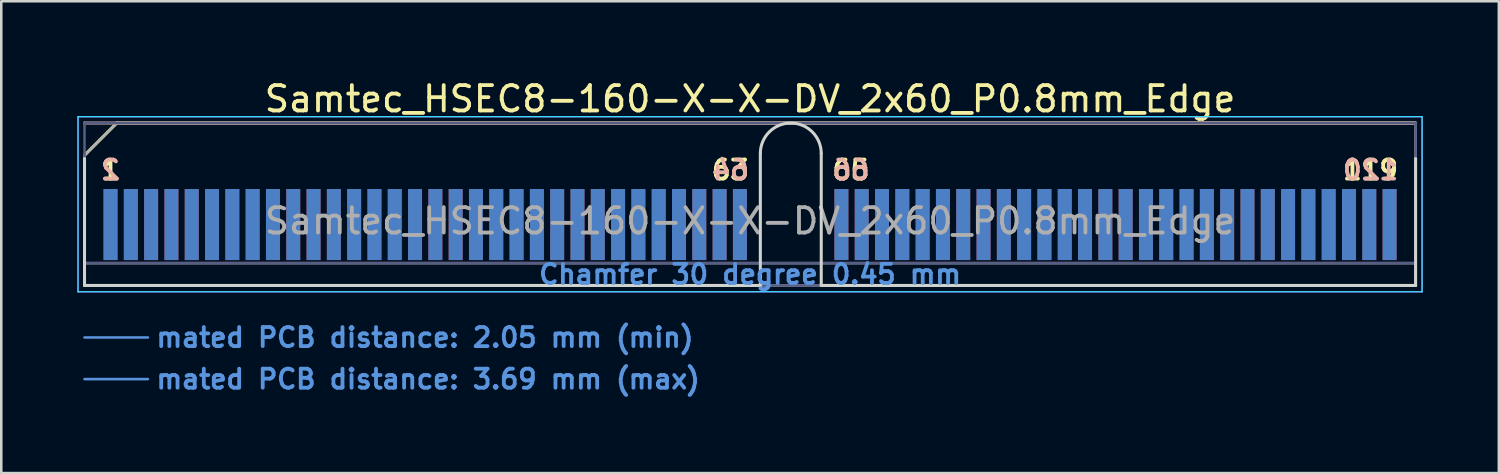
<source format=kicad_pcb>
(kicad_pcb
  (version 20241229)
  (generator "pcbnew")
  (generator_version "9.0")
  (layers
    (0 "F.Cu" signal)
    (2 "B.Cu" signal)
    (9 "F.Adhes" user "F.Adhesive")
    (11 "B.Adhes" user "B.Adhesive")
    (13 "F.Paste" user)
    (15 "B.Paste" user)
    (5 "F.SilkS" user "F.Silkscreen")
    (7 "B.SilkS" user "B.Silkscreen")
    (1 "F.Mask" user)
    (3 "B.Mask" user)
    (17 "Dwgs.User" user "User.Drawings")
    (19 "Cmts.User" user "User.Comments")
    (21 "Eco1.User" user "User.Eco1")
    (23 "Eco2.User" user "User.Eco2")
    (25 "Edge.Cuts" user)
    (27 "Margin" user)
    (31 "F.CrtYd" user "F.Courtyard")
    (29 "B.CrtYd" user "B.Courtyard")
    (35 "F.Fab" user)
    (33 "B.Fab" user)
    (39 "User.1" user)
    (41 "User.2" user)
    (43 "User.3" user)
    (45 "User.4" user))
  (footprint "Samtec_HSEC8-160-X-X-DV_2x60_P0.8mm_Edge"
    (layer "F.Cu")
    (at 26.505 8.198)
    (property "Reference" "Samtec_HSEC8-160-X-X-DV_2x60_P0.8mm_Edge" (at 0 -7.35 0) (layer "F.SilkS") (effects (font (size 1 1) (thickness 0.15))))
    (attr exclude_from_pos_files exclude_from_bom)
    (fp_line (start -26.225 -5.13) (end -24.955 -6.4) (stroke (width 0.12) (type solid)) (layer "F.SilkS"))
    (fp_line (start -24.955 -6.4) (end 26.225 -6.4) (stroke (width 0.12) (type solid)) (layer "F.SilkS"))
    (fp_line (start -26.225 -6.4) (end -26.225 -6.4) (stroke (width 0.12) (type solid)) (layer "B.SilkS"))
    (fp_line (start -26.225 -6.4) (end 26.225 -6.4) (stroke (width 0.12) (type solid)) (layer "B.SilkS"))
    (fp_line (start -26.225 2.05) (end -23.725 2.05) (stroke (width 0.1) (type solid)) (layer "Cmts.User"))
    (fp_line (start -26.225 3.69) (end -23.725 3.69) (stroke (width 0.1) (type solid)) (layer "Cmts.User"))
    (fp_line (start -26.225 -5) (end -26.225 0) (stroke (width 0.12) (type solid)) (layer "Edge.Cuts"))
    (fp_line (start -26.225 0) (end 0.405 0) (stroke (width 0.12) (type solid)) (layer "Edge.Cuts"))
    (fp_line (start 0.405 0) (end 0.405 -5.2) (stroke (width 0.12) (type solid)) (layer "Edge.Cuts"))
    (fp_line (start 2.805 -5.2) (end 2.805 0) (stroke (width 0.12) (type solid)) (layer "Edge.Cuts"))
    (fp_line (start 2.805 0) (end 26.225 0) (stroke (width 0.12) (type solid)) (layer "Edge.Cuts"))
    (fp_line (start 26.225 0) (end 26.225 -5) (stroke (width 0.12) (type solid)) (layer "Edge.Cuts"))
    (fp_arc (start 0.405 -5.2) (mid 1.605 -6.4) (end 2.805 -5.2) (stroke (width 0.12) (type solid)) (layer "Edge.Cuts"))
    (fp_line (start -26.48 -6.65) (end -26.48 0.25) (stroke (width 0.05) (type solid)) (layer "B.CrtYd"))
    (fp_line (start -26.48 0.25) (end 26.48 0.25) (stroke (width 0.05) (type solid)) (layer "B.CrtYd"))
    (fp_line (start 26.48 -6.65) (end -26.48 -6.65) (stroke (width 0.05) (type solid)) (layer "B.CrtYd"))
    (fp_line (start 26.48 0.25) (end 26.48 -6.65) (stroke (width 0.05) (type solid)) (layer "B.CrtYd"))
    (fp_line (start -26.48 -6.65) (end -26.48 0.25) (stroke (width 0.05) (type solid)) (layer "F.CrtYd"))
    (fp_line (start -26.48 0.25) (end 26.48 0.25) (stroke (width 0.05) (type solid)) (layer "F.CrtYd"))
    (fp_line (start 26.48 -6.65) (end -26.48 -6.65) (stroke (width 0.05) (type solid)) (layer "F.CrtYd"))
    (fp_line (start 26.48 0.25) (end 26.48 -6.65) (stroke (width 0.05) (type solid)) (layer "F.CrtYd"))
    (fp_line (start -26.225 -6.4) (end -26.225 -6.4) (stroke (width 0.1) (type solid)) (layer "B.Fab"))
    (fp_line (start -26.225 -6.4) (end -26.225 0) (stroke (width 0.1) (type solid)) (layer "B.Fab"))
    (fp_line (start -26.225 -6.4) (end 26.225 -6.4) (stroke (width 0.1) (type solid)) (layer "B.Fab"))
    (fp_line (start -26.225 -0.88) (end 26.225 -0.88) (stroke (width 0.1) (type solid)) (layer "B.Fab"))
    (fp_line (start -26.225 0) (end 26.225 0) (stroke (width 0.1) (type solid)) (layer "B.Fab"))
    (fp_line (start 26.225 -6.4) (end 26.225 0) (stroke (width 0.1) (type solid)) (layer "B.Fab"))
    (fp_line (start -26.225 -5.13) (end -26.225 0) (stroke (width 0.1) (type solid)) (layer "F.Fab"))
    (fp_line (start -26.225 -5.13) (end -24.955 -6.4) (stroke (width 0.1) (type solid)) (layer "F.Fab"))
    (fp_line (start -26.225 -0.88) (end 26.225 -0.88) (stroke (width 0.1) (type solid)) (layer "F.Fab"))
    (fp_line (start -26.225 0) (end 26.225 0) (stroke (width 0.1) (type solid)) (layer "F.Fab"))
    (fp_line (start -24.955 -6.4) (end 26.225 -6.4) (stroke (width 0.1) (type solid)) (layer "F.Fab"))
    (fp_line (start 26.225 -6.4) (end 26.225 0) (stroke (width 0.1) (type solid)) (layer "F.Fab"))
    (fp_text user "63" (at -0.775 -4.55 0) (layer "F.SilkS") (effects (font (size 0.75 0.75) (thickness 0.15))))
    (fp_text user "65" (at 3.975 -4.55 0) (layer "F.SilkS") (effects (font (size 0.75 0.75) (thickness 0.15))))
    (fp_text user "119" (at 24.45 -4.55 0) (layer "F.SilkS") (effects (font (size 0.75 0.75) (thickness 0.15))))
    (fp_text user "1" (at -25.2 -4.55 0) (layer "F.SilkS") (effects (font (size 0.75 0.75) (thickness 0.15))))
    (fp_text user "66" (at 3.975 -4.55 0) (layer "B.SilkS") (effects (font (size 0.75 0.75) (thickness 0.15)) (justify mirror)))
    (fp_text user "120" (at 24.45 -4.55 0) (layer "B.SilkS") (effects (font (size 0.75 0.75) (thickness 0.15)) (justify mirror)))
    (fp_text user "2" (at -25.2 -4.55 0) (layer "B.SilkS") (effects (font (size 0.75 0.75) (thickness 0.15)) (justify mirror)))
    (fp_text user "64" (at -0.775 -4.55 0) (layer "B.SilkS") (effects (font (size 0.75 0.75) (thickness 0.15)) (justify mirror)))
    (fp_text user "mated PCB distance: 3.69 mm (max)" (at -23.48 3.69 0) (layer "Cmts.User") (effects (font (size 0.75 0.75) (thickness 0.15)) (justify left)))
    (fp_text user "Chamfer 30 degree 0.45 mm" (at 0 -0.44 0) (layer "Cmts.User") (effects (font (size 0.75 0.75) (thickness 0.15))))
    (fp_text user "mated PCB distance: 2.05 mm (min)" (at -23.48 2.05 0) (layer "Cmts.User") (effects (font (size 0.75 0.75) (thickness 0.15)) (justify left)))
    (fp_text user "${REFERENCE}" (at 0 -2.54 0) (layer "F.Fab") (effects (font (size 1 1) (thickness 0.15))))
    (pad "1" connect rect (at -25.2 -2.4) (size 0.55 2.8) (layers "F.Cu" "F.Mask"))
    (pad "2" connect rect (at -25.2 -2.4) (size 0.55 2.8) (layers "B.Cu" "B.Mask"))
    (pad "3" connect rect (at -24.4 -2.4) (size 0.55 2.8) (layers "F.Cu" "F.Mask"))
    (pad "4" connect rect (at -24.4 -2.4) (size 0.55 2.8) (layers "B.Cu" "B.Mask"))
    (pad "5" connect rect (at -23.6 -2.4) (size 0.55 2.8) (layers "F.Cu" "F.Mask"))
    (pad "6" connect rect (at -23.6 -2.4) (size 0.55 2.8) (layers "B.Cu" "B.Mask"))
    (pad "7" connect rect (at -22.8 -2.4) (size 0.55 2.8) (layers "F.Cu" "F.Mask"))
    (pad "8" connect rect (at -22.8 -2.4) (size 0.55 2.8) (layers "B.Cu" "B.Mask"))
    (pad "9" connect rect (at -22 -2.4) (size 0.55 2.8) (layers "F.Cu" "F.Mask"))
    (pad "10" connect rect (at -22 -2.4) (size 0.55 2.8) (layers "B.Cu" "B.Mask"))
    (pad "11" connect rect (at -21.2 -2.4) (size 0.55 2.8) (layers "F.Cu" "F.Mask"))
    (pad "12" connect rect (at -21.2 -2.4) (size 0.55 2.8) (layers "B.Cu" "B.Mask"))
    (pad "13" connect rect (at -20.4 -2.4) (size 0.55 2.8) (layers "F.Cu" "F.Mask"))
    (pad "14" connect rect (at -20.4 -2.4) (size 0.55 2.8) (layers "B.Cu" "B.Mask"))
    (pad "15" connect rect (at -19.6 -2.4) (size 0.55 2.8) (layers "F.Cu" "F.Mask"))
    (pad "16" connect rect (at -19.6 -2.4) (size 0.55 2.8) (layers "B.Cu" "B.Mask"))
    (pad "17" connect rect (at -18.8 -2.4) (size 0.55 2.8) (layers "F.Cu" "F.Mask"))
    (pad "18" connect rect (at -18.8 -2.4) (size 0.55 2.8) (layers "B.Cu" "B.Mask"))
    (pad "19" connect rect (at -18 -2.4) (size 0.55 2.8) (layers "F.Cu" "F.Mask"))
    (pad "20" connect rect (at -18 -2.4) (size 0.55 2.8) (layers "B.Cu" "B.Mask"))
    (pad "21" connect rect (at -17.2 -2.4) (size 0.55 2.8) (layers "F.Cu" "F.Mask"))
    (pad "22" connect rect (at -17.2 -2.4) (size 0.55 2.8) (layers "B.Cu" "B.Mask"))
    (pad "23" connect rect (at -16.4 -2.4) (size 0.55 2.8) (layers "F.Cu" "F.Mask"))
    (pad "24" connect rect (at -16.4 -2.4) (size 0.55 2.8) (layers "B.Cu" "B.Mask"))
    (pad "25" connect rect (at -15.6 -2.4) (size 0.55 2.8) (layers "F.Cu" "F.Mask"))
    (pad "26" connect rect (at -15.6 -2.4) (size 0.55 2.8) (layers "B.Cu" "B.Mask"))
    (pad "27" connect rect (at -14.8 -2.4) (size 0.55 2.8) (layers "F.Cu" "F.Mask"))
    (pad "28" connect rect (at -14.8 -2.4) (size 0.55 2.8) (layers "B.Cu" "B.Mask"))
    (pad "29" connect rect (at -14 -2.4) (size 0.55 2.8) (layers "F.Cu" "F.Mask"))
    (pad "30" connect rect (at -14 -2.4) (size 0.55 2.8) (layers "B.Cu" "B.Mask"))
    (pad "31" connect rect (at -13.2 -2.4) (size 0.55 2.8) (layers "F.Cu" "F.Mask"))
    (pad "32" connect rect (at -13.2 -2.4) (size 0.55 2.8) (layers "B.Cu" "B.Mask"))
    (pad "33" connect rect (at -12.4 -2.4) (size 0.55 2.8) (layers "F.Cu" "F.Mask"))
    (pad "34" connect rect (at -12.4 -2.4) (size 0.55 2.8) (layers "B.Cu" "B.Mask"))
    (pad "35" connect rect (at -11.6 -2.4) (size 0.55 2.8) (layers "F.Cu" "F.Mask"))
    (pad "36" connect rect (at -11.6 -2.4) (size 0.55 2.8) (layers "B.Cu" "B.Mask"))
    (pad "37" connect rect (at -10.8 -2.4) (size 0.55 2.8) (layers "F.Cu" "F.Mask"))
    (pad "38" connect rect (at -10.8 -2.4) (size 0.55 2.8) (layers "B.Cu" "B.Mask"))
    (pad "39" connect rect (at -10 -2.4) (size 0.55 2.8) (layers "F.Cu" "F.Mask"))
    (pad "40" connect rect (at -10 -2.4) (size 0.55 2.8) (layers "B.Cu" "B.Mask"))
    (pad "41" connect rect (at -9.2 -2.4) (size 0.55 2.8) (layers "F.Cu" "F.Mask"))
    (pad "42" connect rect (at -9.2 -2.4) (size 0.55 2.8) (layers "B.Cu" "B.Mask"))
    (pad "43" connect rect (at -8.4 -2.4) (size 0.55 2.8) (layers "F.Cu" "F.Mask"))
    (pad "44" connect rect (at -8.4 -2.4) (size 0.55 2.8) (layers "B.Cu" "B.Mask"))
    (pad "45" connect rect (at -7.6 -2.4) (size 0.55 2.8) (layers "F.Cu" "F.Mask"))
    (pad "46" connect rect (at -7.6 -2.4) (size 0.55 2.8) (layers "B.Cu" "B.Mask"))
    (pad "47" connect rect (at -6.8 -2.4) (size 0.55 2.8) (layers "F.Cu" "F.Mask"))
    (pad "48" connect rect (at -6.8 -2.4) (size 0.55 2.8) (layers "B.Cu" "B.Mask"))
    (pad "49" connect rect (at -6 -2.4) (size 0.55 2.8) (layers "F.Cu" "F.Mask"))
    (pad "50" connect rect (at -6 -2.4) (size 0.55 2.8) (layers "B.Cu" "B.Mask"))
    (pad "51" connect rect (at -5.2 -2.4) (size 0.55 2.8) (layers "F.Cu" "F.Mask"))
    (pad "52" connect rect (at -5.2 -2.4) (size 0.55 2.8) (layers "B.Cu" "B.Mask"))
    (pad "53" connect rect (at -4.4 -2.4) (size 0.55 2.8) (layers "F.Cu" "F.Mask"))
    (pad "54" connect rect (at -4.4 -2.4) (size 0.55 2.8) (layers "B.Cu" "B.Mask"))
    (pad "55" connect rect (at -3.6 -2.4) (size 0.55 2.8) (layers "F.Cu" "F.Mask"))
    (pad "56" connect rect (at -3.6 -2.4) (size 0.55 2.8) (layers "B.Cu" "B.Mask"))
    (pad "57" connect rect (at -2.8 -2.4) (size 0.55 2.8) (layers "F.Cu" "F.Mask"))
    (pad "58" connect rect (at -2.8 -2.4) (size 0.55 2.8) (layers "B.Cu" "B.Mask"))
    (pad "59" connect rect (at -2 -2.4) (size 0.55 2.8) (layers "F.Cu" "F.Mask"))
    (pad "60" connect rect (at -2 -2.4) (size 0.55 2.8) (layers "B.Cu" "B.Mask"))
    (pad "61" connect rect (at -1.2 -2.4) (size 0.55 2.8) (layers "F.Cu" "F.Mask"))
    (pad "62" connect rect (at -1.2 -2.4) (size 0.55 2.8) (layers "B.Cu" "B.Mask"))
    (pad "63" connect rect (at -0.4 -2.4) (size 0.55 2.8) (layers "F.Cu" "F.Mask"))
    (pad "64" connect rect (at -0.4 -2.4) (size 0.55 2.8) (layers "B.Cu" "B.Mask"))
    (pad "65" connect rect (at 3.6 -2.4) (size 0.55 2.8) (layers "F.Cu" "F.Mask"))
    (pad "66" connect rect (at 3.6 -2.4) (size 0.55 2.8) (layers "B.Cu" "B.Mask"))
    (pad "67" connect rect (at 4.4 -2.4) (size 0.55 2.8) (layers "F.Cu" "F.Mask"))
    (pad "68" connect rect (at 4.4 -2.4) (size 0.55 2.8) (layers "B.Cu" "B.Mask"))
    (pad "69" connect rect (at 5.2 -2.4) (size 0.55 2.8) (layers "F.Cu" "F.Mask"))
    (pad "70" connect rect (at 5.2 -2.4) (size 0.55 2.8) (layers "B.Cu" "B.Mask"))
    (pad "71" connect rect (at 6 -2.4) (size 0.55 2.8) (layers "F.Cu" "F.Mask"))
    (pad "72" connect rect (at 6 -2.4) (size 0.55 2.8) (layers "B.Cu" "B.Mask"))
    (pad "73" connect rect (at 6.8 -2.4) (size 0.55 2.8) (layers "F.Cu" "F.Mask"))
    (pad "74" connect rect (at 6.8 -2.4) (size 0.55 2.8) (layers "B.Cu" "B.Mask"))
    (pad "75" connect rect (at 7.6 -2.4) (size 0.55 2.8) (layers "F.Cu" "F.Mask"))
    (pad "76" connect rect (at 7.6 -2.4) (size 0.55 2.8) (layers "B.Cu" "B.Mask"))
    (pad "77" connect rect (at 8.4 -2.4) (size 0.55 2.8) (layers "F.Cu" "F.Mask"))
    (pad "78" connect rect (at 8.4 -2.4) (size 0.55 2.8) (layers "B.Cu" "B.Mask"))
    (pad "79" connect rect (at 9.2 -2.4) (size 0.55 2.8) (layers "F.Cu" "F.Mask"))
    (pad "80" connect rect (at 9.2 -2.4) (size 0.55 2.8) (layers "B.Cu" "B.Mask"))
    (pad "81" connect rect (at 10 -2.4) (size 0.55 2.8) (layers "F.Cu" "F.Mask"))
    (pad "82" connect rect (at 10 -2.4) (size 0.55 2.8) (layers "B.Cu" "B.Mask"))
    (pad "83" connect rect (at 10.8 -2.4) (size 0.55 2.8) (layers "F.Cu" "F.Mask"))
    (pad "84" connect rect (at 10.8 -2.4) (size 0.55 2.8) (layers "B.Cu" "B.Mask"))
    (pad "85" connect rect (at 11.6 -2.4) (size 0.55 2.8) (layers "F.Cu" "F.Mask"))
    (pad "86" connect rect (at 11.6 -2.4) (size 0.55 2.8) (layers "B.Cu" "B.Mask"))
    (pad "87" connect rect (at 12.4 -2.4) (size 0.55 2.8) (layers "F.Cu" "F.Mask"))
    (pad "88" connect rect (at 12.4 -2.4) (size 0.55 2.8) (layers "B.Cu" "B.Mask"))
    (pad "89" connect rect (at 13.2 -2.4) (size 0.55 2.8) (layers "F.Cu" "F.Mask"))
    (pad "90" connect rect (at 13.2 -2.4) (size 0.55 2.8) (layers "B.Cu" "B.Mask"))
    (pad "91" connect rect (at 14 -2.4) (size 0.55 2.8) (layers "F.Cu" "F.Mask"))
    (pad "92" connect rect (at 14 -2.4) (size 0.55 2.8) (layers "B.Cu" "B.Mask"))
    (pad "93" connect rect (at 14.8 -2.4) (size 0.55 2.8) (layers "F.Cu" "F.Mask"))
    (pad "94" connect rect (at 14.8 -2.4) (size 0.55 2.8) (layers "B.Cu" "B.Mask"))
    (pad "95" connect rect (at 15.6 -2.4) (size 0.55 2.8) (layers "F.Cu" "F.Mask"))
    (pad "96" connect rect (at 15.6 -2.4) (size 0.55 2.8) (layers "B.Cu" "B.Mask"))
    (pad "97" connect rect (at 16.4 -2.4) (size 0.55 2.8) (layers "F.Cu" "F.Mask"))
    (pad "98" connect rect (at 16.4 -2.4) (size 0.55 2.8) (layers "B.Cu" "B.Mask"))
    (pad "99" connect rect (at 17.2 -2.4) (size 0.55 2.8) (layers "F.Cu" "F.Mask"))
    (pad "100" connect rect (at 17.2 -2.4) (size 0.55 2.8) (layers "B.Cu" "B.Mask"))
    (pad "101" connect rect (at 18 -2.4) (size 0.55 2.8) (layers "F.Cu" "F.Mask"))
    (pad "102" connect rect (at 18 -2.4) (size 0.55 2.8) (layers "B.Cu" "B.Mask"))
    (pad "103" connect rect (at 18.8 -2.4) (size 0.55 2.8) (layers "F.Cu" "F.Mask"))
    (pad "104" connect rect (at 18.8 -2.4) (size 0.55 2.8) (layers "B.Cu" "B.Mask"))
    (pad "105" connect rect (at 19.6 -2.4) (size 0.55 2.8) (layers "F.Cu" "F.Mask"))
    (pad "106" connect rect (at 19.6 -2.4) (size 0.55 2.8) (layers "B.Cu" "B.Mask"))
    (pad "107" connect rect (at 20.4 -2.4) (size 0.55 2.8) (layers "F.Cu" "F.Mask"))
    (pad "108" connect rect (at 20.4 -2.4) (size 0.55 2.8) (layers "B.Cu" "B.Mask"))
    (pad "109" connect rect (at 21.2 -2.4) (size 0.55 2.8) (layers "F.Cu" "F.Mask"))
    (pad "110" connect rect (at 21.2 -2.4) (size 0.55 2.8) (layers "B.Cu" "B.Mask"))
    (pad "111" connect rect (at 22 -2.4) (size 0.55 2.8) (layers "F.Cu" "F.Mask"))
    (pad "112" connect rect (at 22 -2.4) (size 0.55 2.8) (layers "B.Cu" "B.Mask"))
    (pad "113" connect rect (at 22.8 -2.4) (size 0.55 2.8) (layers "F.Cu" "F.Mask"))
    (pad "114" connect rect (at 22.8 -2.4) (size 0.55 2.8) (layers "B.Cu" "B.Mask"))
    (pad "115" connect rect (at 23.6 -2.4) (size 0.55 2.8) (layers "F.Cu" "F.Mask"))
    (pad "116" connect rect (at 23.6 -2.4) (size 0.55 2.8) (layers "B.Cu" "B.Mask"))
    (pad "117" connect rect (at 24.4 -2.4) (size 0.55 2.8) (layers "F.Cu" "F.Mask"))
    (pad "118" connect rect (at 24.4 -2.4) (size 0.55 2.8) (layers "B.Cu" "B.Mask"))
    (pad "119" connect rect (at 25.2 -2.4) (size 0.55 2.8) (layers "F.Cu" "F.Mask"))
    (pad "120" connect rect (at 25.2 -2.4) (size 0.55 2.8) (layers "B.Cu" "B.Mask")))
  (gr_rect
    (start -3 -3)
    (end 56.01 15.59)
    (stroke (width 0.1) (type default))
    (fill no)
    (layer "Edge.Cuts")))
</source>
